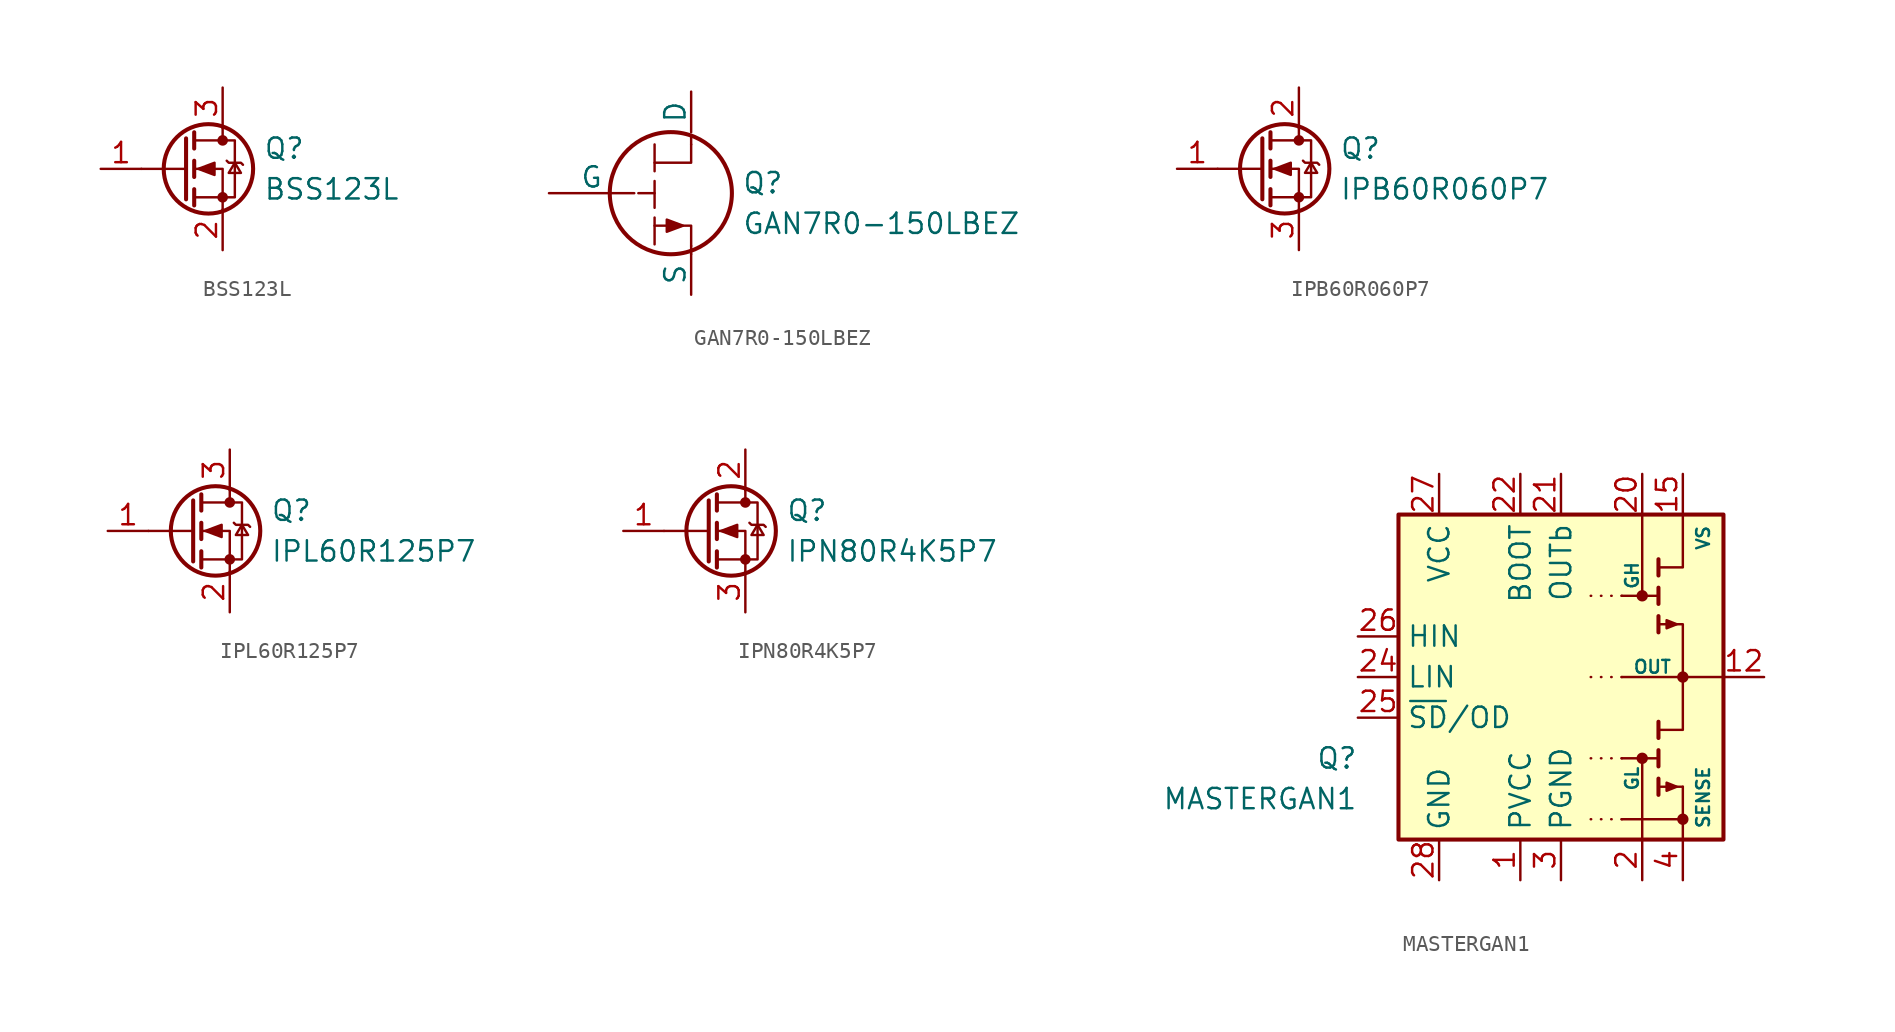
<source format=kicad_sym>
(kicad_symbol_lib
  (version 20220914)
  (generator kicad_db_lib)
  (symbol "BSS123L"
    (pin_names
      (offset 0) hide)
    (property "Reference" "Q"
      (at 5.08 1.27 0)
      (effects (font (size 1.27 1.27)) (justify left)))
    (property "Value" "BSS123L"
      (at 5.08 -1.27 0)
      (effects (font (size 1.27 1.27)) (justify left)))
    (symbol "BSS123L_0_1"
      (polyline (pts (xy 0.254 0) (xy -2.54 0)) (stroke (width 0) (type default)) (fill (type none)))
      (polyline (pts (xy 0.254 1.905) (xy 0.254 -1.905)) (stroke (width 0.254) (type default)) (fill (type none)))
      (polyline (pts (xy 0.762 -1.27) (xy 0.762 -2.286)) (stroke (width 0.254) (type default)) (fill (type none)))
      (polyline (pts (xy 0.762 0.508) (xy 0.762 -0.508)) (stroke (width 0.254) (type default)) (fill (type none)))
      (polyline (pts (xy 0.762 2.286) (xy 0.762 1.27)) (stroke (width 0.254) (type default)) (fill (type none)))
      (polyline (pts (xy 2.54 2.54) (xy 2.54 1.778)) (stroke (width 0) (type default)) (fill (type none)))
      (polyline (pts (xy 2.54 -2.54) (xy 2.54 0) (xy 0.762 0)) (stroke (width 0) (type default)) (fill (type none)))
      (polyline (pts (xy 0.762 -1.778) (xy 3.302 -1.778) (xy 3.302 1.778) (xy 0.762 1.778)) (stroke (width 0) (type default)) (fill (type none)))
      (polyline (pts (xy 1.016 0) (xy 2.032 0.381) (xy 2.032 -0.381) (xy 1.016 0)) (stroke (width 0) (type default)) (fill (type outline)))
      (polyline (pts (xy 2.794 0.508) (xy 2.921 0.381) (xy 3.683 0.381) (xy 3.81 0.254)) (stroke (width 0) (type default)) (fill (type none)))
      (polyline (pts (xy 3.302 0.381) (xy 2.921 -0.254) (xy 3.683 -0.254) (xy 3.302 0.381)) (stroke (width 0) (type default)) (fill (type none)))
      (circle (center 1.651 0) (radius 2.794) (stroke (width 0.254) (type default)) (fill (type none)))
      (circle (center 2.54 -1.778) (radius 0.254) (stroke (width 0) (type default)) (fill (type outline)))
      (circle (center 2.54 1.778) (radius 0.254) (stroke (width 0) (type default)) (fill (type outline))))
    (symbol "BSS123L_1_1"
      (pin input line (at -5.08 0 0) (length 2.54) (name "G" (effects (font (size 1.27 1.27)))) (number "1" (effects (font (size 1.27 1.27)))))
      (pin passive line (at 2.54 -5.08 90) (length 2.54) (name "S" (effects (font (size 1.27 1.27)))) (number "2" (effects (font (size 1.27 1.27)))))
      (pin passive line (at 2.54 5.08 270) (length 2.54) (name "D" (effects (font (size 1.27 1.27)))) (number "3" (effects (font (size 1.27 1.27)))))))
  (symbol "GAN7R0-150LBEZ"
    (pin_numbers hide)
    (pin_names
      (offset 0))
    (property "Reference" "Q"
      (at 5.715 0.635 0)
      (effects (font (size 1.27 1.27)) (justify left)))
    (property "Value" "GAN7R0-150LBEZ"
      (at 5.715 -1.905 0)
      (effects (font (size 1.27 1.27)) (justify left)))
    (symbol "GAN7R0-150LBEZ_0_1"
      (polyline (pts (xy -0.762 0) (xy 0.254 0)) (stroke (width 0) (type default)) (fill (type none)))
      (polyline (pts (xy 0.254 3.048) (xy 0.254 -3.302)) (stroke (width 0) (type dash)) (fill (type none)))
      (polyline (pts (xy 2.54 -3.302) (xy 2.54 -3.81)) (stroke (width 0) (type default)) (fill (type none)))
      (polyline (pts (xy 2.54 3.048) (xy 2.54 3.556)) (stroke (width 0) (type default)) (fill (type none)))
      (polyline (pts (xy 2.54 -3.302) (xy 2.54 -2.032) (xy 0.254 -2.032)) (stroke (width 0) (type default)) (fill (type none)))
      (polyline (pts (xy 2.54 3.048) (xy 2.54 1.905) (xy 0.254 1.905)) (stroke (width 0) (type default)) (fill (type none)))
      (polyline (pts (xy 2.032 -2.032) (xy 1.016 -1.651) (xy 1.016 -2.413) (xy 2.032 -2.032)) (stroke (width 0) (type default)) (fill (type outline)))
      (circle (center 1.27 0) (radius 3.818) (stroke (width 0.254) (type default)) (fill (type none))))
    (symbol "GAN7R0-150LBEZ_1_1"
      (pin passive line (at 2.54 6.35 270) (length 2.54) (name "D" (effects (font (size 1.27 1.27)))) (number "1" (effects (font (size 1.27 1.27)))))
      (pin input line (at -6.35 0 0) (length 5.334) (name "G" (effects (font (size 1.27 1.27)))) (number "2" (effects (font (size 1.27 1.27)))))
      (pin passive line (at 2.54 -6.35 90) (length 2.54) (name "S" (effects (font (size 1.27 1.27)))) (number "3" (effects (font (size 1.27 1.27)))))))
  (symbol "IPB60R060P7"
    (pin_names
      (offset 0) hide)
    (property "Reference" "Q"
      (at 5.08 1.27 0)
      (effects (font (size 1.27 1.27)) (justify left)))
    (property "Value" "IPB60R060P7"
      (at 5.08 -1.27 0)
      (effects (font (size 1.27 1.27)) (justify left)))
    (symbol "IPB60R060P7_0_1"
      (polyline (pts (xy 0.254 0) (xy -2.54 0)) (stroke (width 0) (type default)) (fill (type none)))
      (polyline (pts (xy 0.254 1.905) (xy 0.254 -1.905)) (stroke (width 0.254) (type default)) (fill (type none)))
      (polyline (pts (xy 0.762 -1.27) (xy 0.762 -2.286)) (stroke (width 0.254) (type default)) (fill (type none)))
      (polyline (pts (xy 0.762 0.508) (xy 0.762 -0.508)) (stroke (width 0.254) (type default)) (fill (type none)))
      (polyline (pts (xy 0.762 2.286) (xy 0.762 1.27)) (stroke (width 0.254) (type default)) (fill (type none)))
      (polyline (pts (xy 2.54 2.54) (xy 2.54 1.778)) (stroke (width 0) (type default)) (fill (type none)))
      (polyline (pts (xy 2.54 -2.54) (xy 2.54 0) (xy 0.762 0)) (stroke (width 0) (type default)) (fill (type none)))
      (polyline (pts (xy 0.762 -1.778) (xy 3.302 -1.778) (xy 3.302 1.778) (xy 0.762 1.778)) (stroke (width 0) (type default)) (fill (type none)))
      (polyline (pts (xy 1.016 0) (xy 2.032 0.381) (xy 2.032 -0.381) (xy 1.016 0)) (stroke (width 0) (type default)) (fill (type outline)))
      (polyline (pts (xy 2.794 0.508) (xy 2.921 0.381) (xy 3.683 0.381) (xy 3.81 0.254)) (stroke (width 0) (type default)) (fill (type none)))
      (polyline (pts (xy 3.302 0.381) (xy 2.921 -0.254) (xy 3.683 -0.254) (xy 3.302 0.381)) (stroke (width 0) (type default)) (fill (type none)))
      (circle (center 1.651 0) (radius 2.794) (stroke (width 0.254) (type default)) (fill (type none)))
      (circle (center 2.54 -1.778) (radius 0.254) (stroke (width 0) (type default)) (fill (type outline)))
      (circle (center 2.54 1.778) (radius 0.254) (stroke (width 0) (type default)) (fill (type outline))))
    (symbol "IPB60R060P7_1_1"
      (pin input line (at -5.08 0 0) (length 2.54) (name "G" (effects (font (size 1.27 1.27)))) (number "1" (effects (font (size 1.27 1.27)))))
      (pin passive line (at 2.54 5.08 270) (length 2.54) (name "D" (effects (font (size 1.27 1.27)))) (number "2" (effects (font (size 1.27 1.27)))))
      (pin passive line (at 2.54 -5.08 90) (length 2.54) (name "S" (effects (font (size 1.27 1.27)))) (number "3" (effects (font (size 1.27 1.27)))))))
  (symbol "IPL60R125P7"
    (pin_names
      (offset 0) hide)
    (property "Reference" "Q"
      (at 5.08 1.27 0)
      (effects (font (size 1.27 1.27)) (justify left)))
    (property "Value" "IPL60R125P7"
      (at 5.08 -1.27 0)
      (effects (font (size 1.27 1.27)) (justify left)))
    (symbol "IPL60R125P7_0_1"
      (polyline (pts (xy 0.254 0) (xy -2.54 0)) (stroke (width 0) (type default)) (fill (type none)))
      (polyline (pts (xy 0.254 1.905) (xy 0.254 -1.905)) (stroke (width 0.254) (type default)) (fill (type none)))
      (polyline (pts (xy 0.762 -1.27) (xy 0.762 -2.286)) (stroke (width 0.254) (type default)) (fill (type none)))
      (polyline (pts (xy 0.762 0.508) (xy 0.762 -0.508)) (stroke (width 0.254) (type default)) (fill (type none)))
      (polyline (pts (xy 0.762 2.286) (xy 0.762 1.27)) (stroke (width 0.254) (type default)) (fill (type none)))
      (polyline (pts (xy 2.54 2.54) (xy 2.54 1.778)) (stroke (width 0) (type default)) (fill (type none)))
      (polyline (pts (xy 2.54 -2.54) (xy 2.54 0) (xy 0.762 0)) (stroke (width 0) (type default)) (fill (type none)))
      (polyline (pts (xy 0.762 -1.778) (xy 3.302 -1.778) (xy 3.302 1.778) (xy 0.762 1.778)) (stroke (width 0) (type default)) (fill (type none)))
      (polyline (pts (xy 1.016 0) (xy 2.032 0.381) (xy 2.032 -0.381) (xy 1.016 0)) (stroke (width 0) (type default)) (fill (type outline)))
      (polyline (pts (xy 2.794 0.508) (xy 2.921 0.381) (xy 3.683 0.381) (xy 3.81 0.254)) (stroke (width 0) (type default)) (fill (type none)))
      (polyline (pts (xy 3.302 0.381) (xy 2.921 -0.254) (xy 3.683 -0.254) (xy 3.302 0.381)) (stroke (width 0) (type default)) (fill (type none)))
      (circle (center 1.651 0) (radius 2.794) (stroke (width 0.254) (type default)) (fill (type none)))
      (circle (center 2.54 -1.778) (radius 0.254) (stroke (width 0) (type default)) (fill (type outline)))
      (circle (center 2.54 1.778) (radius 0.254) (stroke (width 0) (type default)) (fill (type outline))))
    (symbol "IPL60R125P7_1_1"
      (pin input line (at -5.08 0 0) (length 2.54) (name "G" (effects (font (size 1.27 1.27)))) (number "1" (effects (font (size 1.27 1.27)))))
      (pin passive line (at 2.54 -5.08 90) (length 2.54) (name "S" (effects (font (size 1.27 1.27)))) (number "2" (effects (font (size 1.27 1.27)))))
      (pin passive line (at 2.54 5.08 270) (length 2.54) (name "D" (effects (font (size 1.27 1.27)))) (number "3" (effects (font (size 1.27 1.27)))))))
  (symbol "IPN80R4K5P7"
    (pin_names
      (offset 0) hide)
    (property "Reference" "Q"
      (at 5.08 1.27 0)
      (effects (font (size 1.27 1.27)) (justify left)))
    (property "Value" "IPN80R4K5P7"
      (at 5.08 -1.27 0)
      (effects (font (size 1.27 1.27)) (justify left)))
    (symbol "IPN80R4K5P7_0_1"
      (polyline (pts (xy 0.254 0) (xy -2.54 0)) (stroke (width 0) (type default)) (fill (type none)))
      (polyline (pts (xy 0.254 1.905) (xy 0.254 -1.905)) (stroke (width 0.254) (type default)) (fill (type none)))
      (polyline (pts (xy 0.762 -1.27) (xy 0.762 -2.286)) (stroke (width 0.254) (type default)) (fill (type none)))
      (polyline (pts (xy 0.762 0.508) (xy 0.762 -0.508)) (stroke (width 0.254) (type default)) (fill (type none)))
      (polyline (pts (xy 0.762 2.286) (xy 0.762 1.27)) (stroke (width 0.254) (type default)) (fill (type none)))
      (polyline (pts (xy 2.54 2.54) (xy 2.54 1.778)) (stroke (width 0) (type default)) (fill (type none)))
      (polyline (pts (xy 2.54 -2.54) (xy 2.54 0) (xy 0.762 0)) (stroke (width 0) (type default)) (fill (type none)))
      (polyline (pts (xy 0.762 -1.778) (xy 3.302 -1.778) (xy 3.302 1.778) (xy 0.762 1.778)) (stroke (width 0) (type default)) (fill (type none)))
      (polyline (pts (xy 1.016 0) (xy 2.032 0.381) (xy 2.032 -0.381) (xy 1.016 0)) (stroke (width 0) (type default)) (fill (type outline)))
      (polyline (pts (xy 2.794 0.508) (xy 2.921 0.381) (xy 3.683 0.381) (xy 3.81 0.254)) (stroke (width 0) (type default)) (fill (type none)))
      (polyline (pts (xy 3.302 0.381) (xy 2.921 -0.254) (xy 3.683 -0.254) (xy 3.302 0.381)) (stroke (width 0) (type default)) (fill (type none)))
      (circle (center 1.651 0) (radius 2.794) (stroke (width 0.254) (type default)) (fill (type none)))
      (circle (center 2.54 -1.778) (radius 0.254) (stroke (width 0) (type default)) (fill (type outline)))
      (circle (center 2.54 1.778) (radius 0.254) (stroke (width 0) (type default)) (fill (type outline))))
    (symbol "IPN80R4K5P7_1_1"
      (pin input line (at -5.08 0 0) (length 2.54) (name "G" (effects (font (size 1.27 1.27)))) (number "1" (effects (font (size 1.27 1.27)))))
      (pin passive line (at 2.54 5.08 270) (length 2.54) (name "D" (effects (font (size 1.27 1.27)))) (number "2" (effects (font (size 1.27 1.27)))))
      (pin passive line (at 2.54 -5.08 90) (length 2.54) (name "S" (effects (font (size 1.27 1.27)))) (number "3" (effects (font (size 1.27 1.27)))))))
  (symbol "MASTERGAN1"
    (property "Reference" "Q"
      (at -12.7 -5.08 0)
      (do_not_autoplace)
      (effects (font (size 1.27 1.27)) (justify right)))
    (property "Value" "MASTERGAN1"
      (at -12.7 -7.62 0)
      (do_not_autoplace)
      (effects (font (size 1.27 1.27)) (justify right)))
    (symbol "MASTERGAN1_0_1"
      (rectangle (start -10.16 10.16) (end 10.16 -10.16) (stroke (width 0.254) (type default)) (fill (type background)))
      (polyline (pts (xy 3.81 -5.08) (xy 6.096 -5.08)) (stroke (width 0) (type default)) (fill (type none)))
      (polyline (pts (xy 3.81 5.08) (xy 6.096 5.08)) (stroke (width 0) (type default)) (fill (type none)))
      (polyline (pts (xy 6.096 -6.35) (xy 6.096 -7.366)) (stroke (width 0.254) (type default)) (fill (type none)))
      (polyline (pts (xy 6.096 -4.572) (xy 6.096 -5.588)) (stroke (width 0.254) (type default)) (fill (type none)))
      (polyline (pts (xy 6.096 -2.794) (xy 6.096 -3.81)) (stroke (width 0.254) (type default)) (fill (type none)))
      (polyline (pts (xy 6.096 3.81) (xy 6.096 2.794)) (stroke (width 0.254) (type default)) (fill (type none)))
      (polyline (pts (xy 6.096 5.588) (xy 6.096 4.572)) (stroke (width 0.254) (type default)) (fill (type none)))
      (polyline (pts (xy 6.096 7.366) (xy 6.096 6.35)) (stroke (width 0.254) (type default)) (fill (type none)))
      (polyline (pts (xy 6.223 -6.858) (xy 7.62 -6.858)) (stroke (width 0) (type default)) (fill (type none)))
      (polyline (pts (xy 7.62 -8.89) (xy 3.81 -8.89)) (stroke (width 0) (type default)) (fill (type none)))
      (polyline (pts (xy 7.62 0) (xy 3.81 0)) (stroke (width 0) (type default)) (fill (type none)))
      (polyline (pts (xy 10.16 0) (xy 7.62 0)) (stroke (width 0) (type default)) (fill (type none)))
      (polyline (pts (xy 6.096 6.858) (xy 7.62 6.858) (xy 7.62 10.16)) (stroke (width 0) (type default)) (fill (type none)))
      (polyline (pts (xy 6.096 3.302) (xy 7.62 3.302) (xy 7.62 -3.302) (xy 6.096 -3.302)) (stroke (width 0) (type default)) (fill (type none)))
      (polyline (pts (xy 7.239 -6.858) (xy 6.604 -7.112) (xy 6.604 -6.604) (xy 7.239 -6.858)) (stroke (width 0) (type default)) (fill (type outline)))
      (polyline (pts (xy 7.239 3.302) (xy 6.604 3.048) (xy 6.604 3.556) (xy 7.239 3.302)) (stroke (width 0) (type default)) (fill (type outline)))
      (circle (center 5.08 -5.08) (radius 0.279) (stroke (width 0) (type default)) (fill (type outline)))
      (circle (center 5.08 5.08) (radius 0.279) (stroke (width 0) (type default)) (fill (type outline)))
      (circle (center 7.62 -8.89) (radius 0.279) (stroke (width 0) (type default)) (fill (type outline)))
      (circle (center 7.62 0) (radius 0.279) (stroke (width 0) (type default)) (fill (type outline))))
    (symbol "MASTERGAN1_1_1"
      (polyline (pts (xy 3.81 -8.89) (xy 1.27 -8.89)) (stroke (width 0) (type dot)) (fill (type none)))
      (polyline (pts (xy 3.81 -5.08) (xy 1.27 -5.08)) (stroke (width 0) (type dot)) (fill (type none)))
      (polyline (pts (xy 3.81 0) (xy 1.27 0)) (stroke (width 0) (type dot)) (fill (type none)))
      (polyline (pts (xy 3.81 5.08) (xy 1.27 5.08)) (stroke (width 0) (type dot)) (fill (type none)))
      (polyline (pts (xy 5.08 -5.08) (xy 5.08 -10.16)) (stroke (width 0) (type default)) (fill (type none)))
      (polyline (pts (xy 5.08 10.16) (xy 5.08 5.08)) (stroke (width 0) (type default)) (fill (type none)))
      (polyline (pts (xy 7.62 -10.16) (xy 7.62 -6.858)) (stroke (width 0) (type default)) (fill (type none)))
      (text "GH" (at 4.445 6.35 900) (effects (font (size 0.8 0.8) (color 0 100 100 1))))
      (text "GL" (at 4.445 -6.35 900) (effects (font (size 0.8 0.8) (color 0 100 100 1))))
      (text "OUT" (at 5.715 0.635 0) (effects (font (size 0.8 0.8) (color 0 100 100 1))))
      (text "SENSE" (at 8.89 -9.525 900) (effects (font (size 0.8 0.8) (color 0 100 100 1)) (justify left)))
      (text "VS" (at 8.89 9.525 900) (effects (font (size 0.8 0.8) (color 0 100 100 1)) (justify right)))
      (pin power_in line (at -2.54 -12.7 90) (length 2.54) (name "PVCC" (effects (font (size 1.27 1.27)))) (number "1" (effects (font (size 1.27 1.27)))))
      (pin passive line (at 7.62 -12.7 90) (length 2.54) hide (name "SENSE" (effects (font (size 1.27 1.27)))) (number "10" (effects (font (size 1.27 1.27)))))
      (pin passive line (at 7.62 -12.7 90) (length 2.54) hide (name "SENSE" (effects (font (size 1.27 1.27)))) (number "11" (effects (font (size 1.27 1.27)))))
      (pin passive line (at 12.7 0 180) (length 2.54) (name "~" (effects (font (size 1.27 1.27)))) (number "12" (effects (font (size 1.27 1.27)))))
      (pin passive line (at 12.7 0 180) (length 2.54) hide (name "OUT" (effects (font (size 1.27 1.27)))) (number "13" (effects (font (size 1.27 1.27)))))
      (pin passive line (at 12.7 0 180) (length 2.54) hide (name "OUT" (effects (font (size 1.27 1.27)))) (number "14" (effects (font (size 1.27 1.27)))))
      (pin passive line (at 7.62 12.7 270) (length 2.54) (name "~" (effects (font (size 1.27 1.27)))) (number "15" (effects (font (size 1.27 1.27)))))
      (pin passive line (at 7.62 12.7 270) (length 2.54) hide (name "VS" (effects (font (size 1.27 1.27)))) (number "16" (effects (font (size 1.27 1.27)))))
      (pin passive line (at 7.62 12.7 270) (length 2.54) hide (name "VS" (effects (font (size 1.27 1.27)))) (number "17" (effects (font (size 1.27 1.27)))))
      (pin passive line (at 7.62 12.7 270) (length 2.54) hide (name "VS" (effects (font (size 1.27 1.27)))) (number "18" (effects (font (size 1.27 1.27)))))
      (pin passive line (at 7.62 12.7 270) (length 2.54) hide (name "VS" (effects (font (size 1.27 1.27)))) (number "19" (effects (font (size 1.27 1.27)))))
      (pin output line (at 5.08 -12.7 90) (length 2.54) (name "~" (effects (font (size 1.27 1.27)))) (number "2" (effects (font (size 1.27 1.27)))))
      (pin output line (at 5.08 12.7 270) (length 2.54) (name "~" (effects (font (size 1.27 1.27)))) (number "20" (effects (font (size 1.27 1.27)))))
      (pin power_in line (at 0 12.7 270) (length 2.54) (name "OUTb" (effects (font (size 1.27 1.27)))) (number "21" (effects (font (size 1.27 1.27)))))
      (pin power_out line (at -2.54 12.7 270) (length 2.54) (name "BOOT" (effects (font (size 1.27 1.27)))) (number "22" (effects (font (size 1.27 1.27)))))
      (pin no_connect line (at -10.16 7.62 0) (length 2.54) hide (name "NC" (effects (font (size 1.27 1.27)))) (number "23" (effects (font (size 1.27 1.27)))))
      (pin input line (at -12.7 0 0) (length 2.54) (name "LIN" (effects (font (size 1.27 1.27)))) (number "24" (effects (font (size 1.27 1.27)))))
      (pin bidirectional line (at -12.7 -2.54 0) (length 2.54) (name "~{SD}/OD" (effects (font (size 1.27 1.27)))) (number "25" (effects (font (size 1.27 1.27)))))
      (pin input line (at -12.7 2.54 0) (length 2.54) (name "HIN" (effects (font (size 1.27 1.27)))) (number "26" (effects (font (size 1.27 1.27)))))
      (pin power_in line (at -7.62 12.7 270) (length 2.54) (name "VCC" (effects (font (size 1.27 1.27)))) (number "27" (effects (font (size 1.27 1.27)))))
      (pin power_in line (at -7.62 -12.7 90) (length 2.54) (name "GND" (effects (font (size 1.27 1.27)))) (number "28" (effects (font (size 1.27 1.27)))))
      (pin no_connect line (at -10.16 5.08 0) (length 2.54) hide (name "NC" (effects (font (size 1.27 1.27)))) (number "29" (effects (font (size 1.27 1.27)))))
      (pin power_in line (at 0 -12.7 90) (length 2.54) (name "PGND" (effects (font (size 1.27 1.27)))) (number "3" (effects (font (size 1.27 1.27)))))
      (pin no_connect line (at -10.16 -5.08 0) (length 2.54) hide (name "NC" (effects (font (size 1.27 1.27)))) (number "30" (effects (font (size 1.27 1.27)))))
      (pin no_connect line (at -10.16 -7.62 0) (length 2.54) hide (name "NC" (effects (font (size 1.27 1.27)))) (number "31" (effects (font (size 1.27 1.27)))))
      (pin passive line (at 7.62 -12.7 90) (length 2.54) (name "~" (effects (font (size 1.27 1.27)))) (number "4" (effects (font (size 1.27 1.27)))))
      (pin passive line (at 7.62 -12.7 90) (length 2.54) hide (name "SENSE" (effects (font (size 1.27 1.27)))) (number "5" (effects (font (size 1.27 1.27)))))
      (pin passive line (at 7.62 -12.7 90) (length 2.54) hide (name "SENSE" (effects (font (size 1.27 1.27)))) (number "6" (effects (font (size 1.27 1.27)))))
      (pin passive line (at 7.62 -12.7 90) (length 2.54) hide (name "SENSE" (effects (font (size 1.27 1.27)))) (number "7" (effects (font (size 1.27 1.27)))))
      (pin passive line (at 7.62 -12.7 90) (length 2.54) hide (name "SENSE" (effects (font (size 1.27 1.27)))) (number "8" (effects (font (size 1.27 1.27)))))
      (pin passive line (at 7.62 -12.7 90) (length 2.54) hide (name "SENSE" (effects (font (size 1.27 1.27)))) (number "9" (effects (font (size 1.27 1.27)))))
      (pin power_in line (at -7.62 -12.7 90) (length 2.54) hide (name "GND" (effects (font (size 1.27 1.27)))) (number "EP1" (effects (font (size 1.27 1.27)))))
      (pin passive line (at 7.62 -12.7 90) (length 2.54) hide (name "SENSE" (effects (font (size 1.27 1.27)))) (number "EP2" (effects (font (size 1.27 1.27)))))
      (pin passive line (at 12.7 0 180) (length 2.54) hide (name "OUT" (effects (font (size 1.27 1.27)))) (number "EP3" (effects (font (size 1.27 1.27))))))))
</source>
